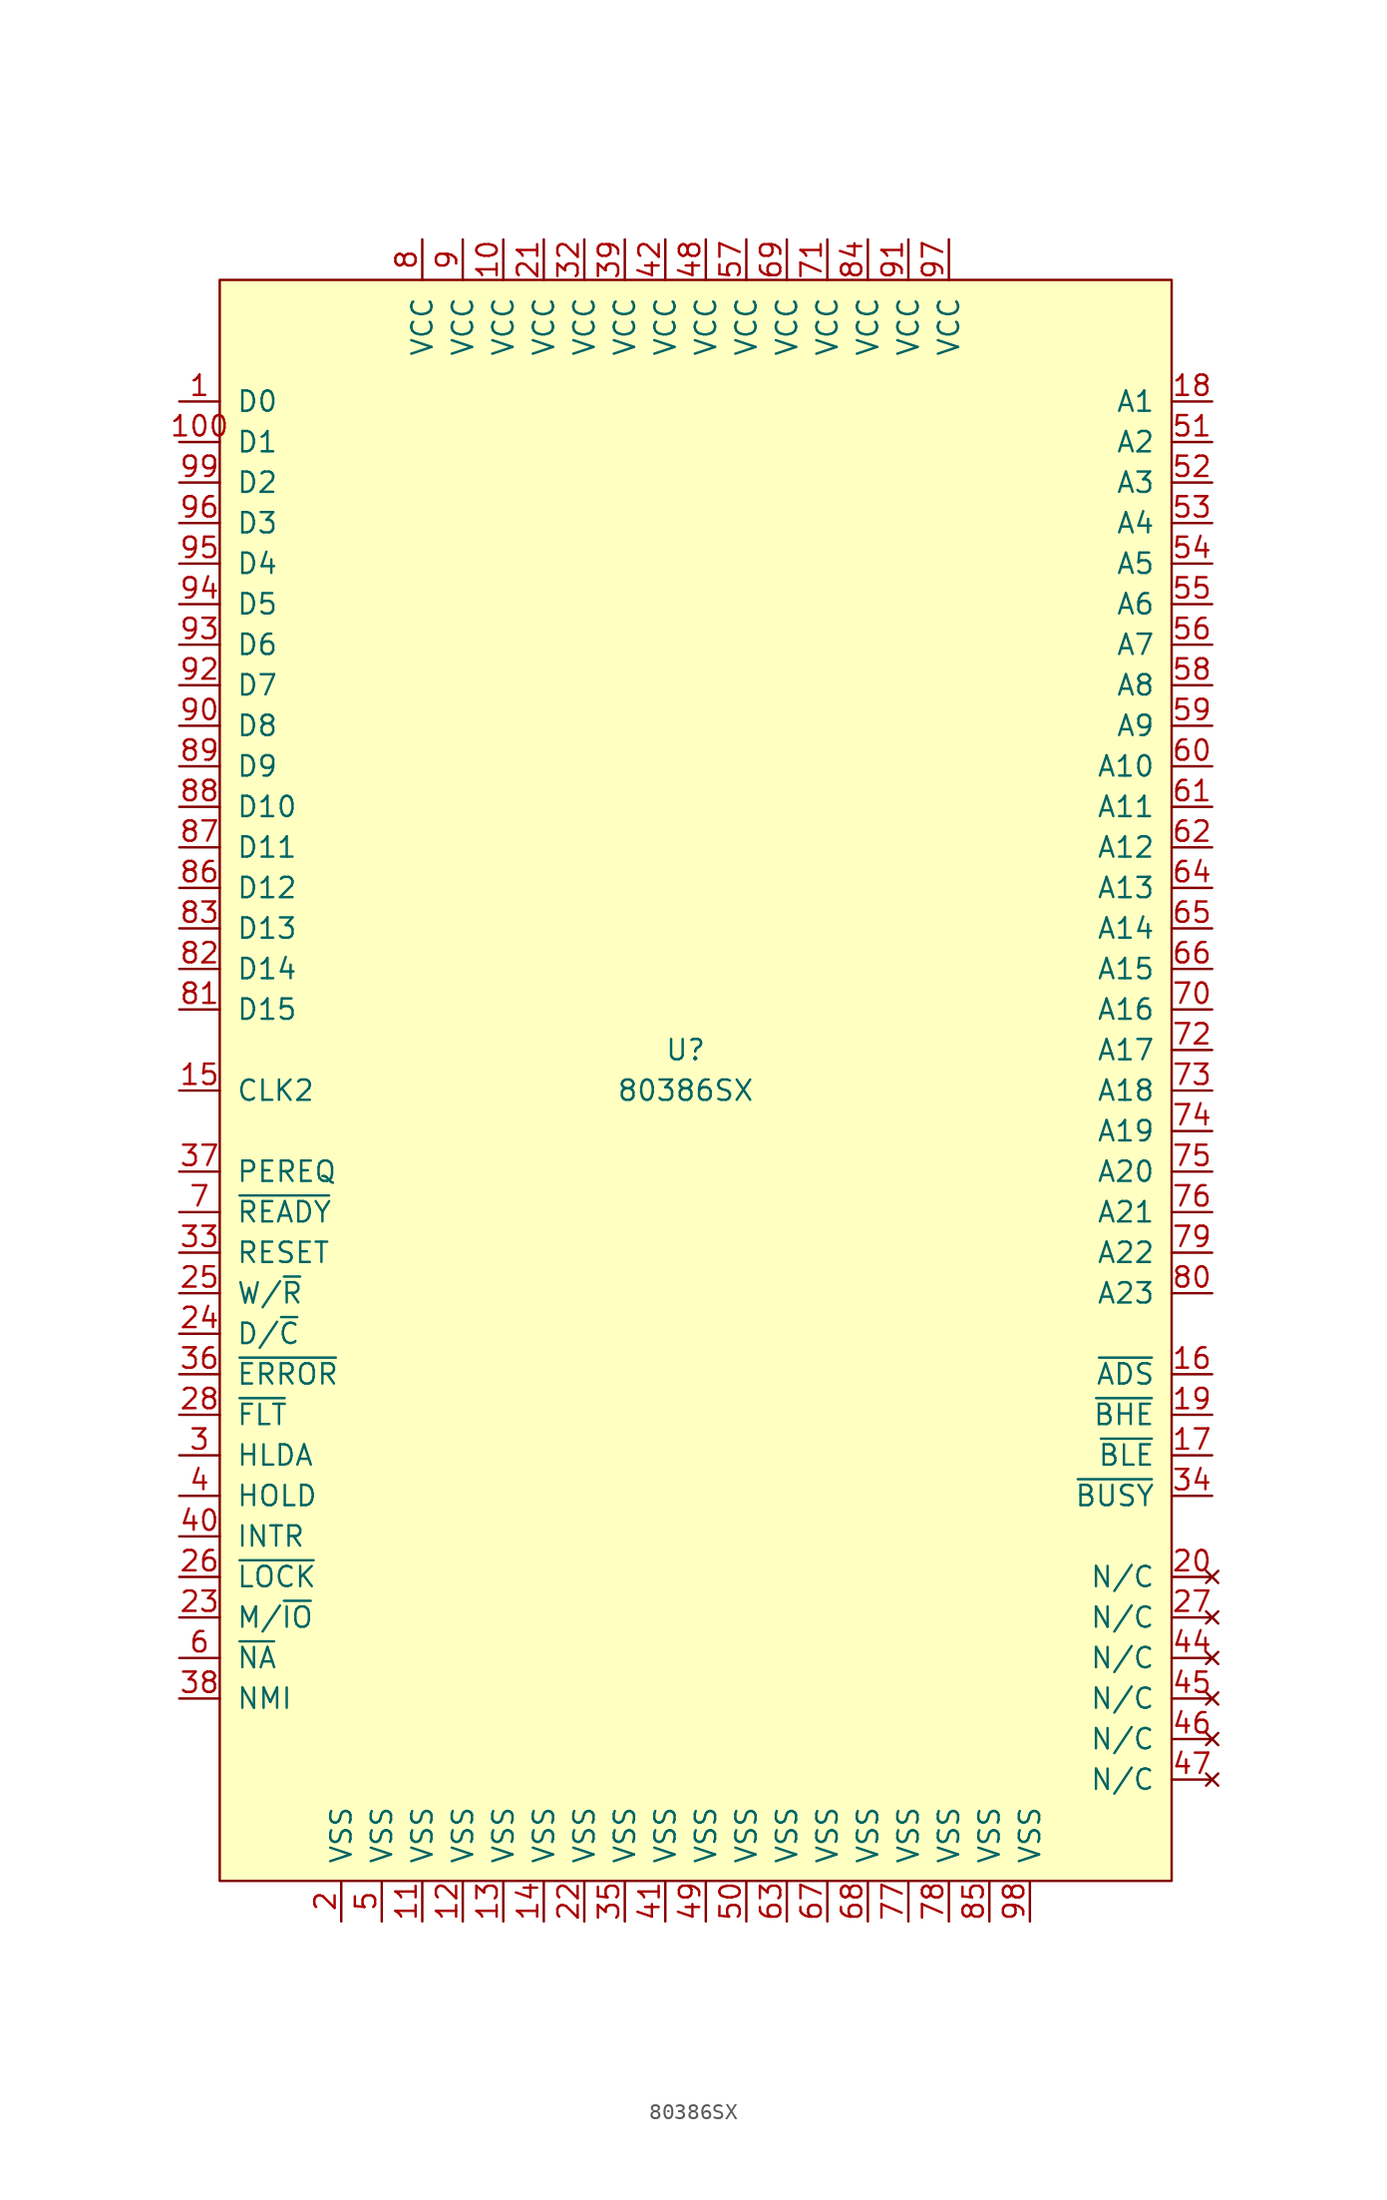
<source format=kicad_sym>
(kicad_symbol_lib
  (version 20220914)
  (generator kicad_symbol_editor)
  (symbol "80386SX"
    (pin_names
      (offset 1.016))
    (property "Reference" "U"
      (at 0 0 0)
      (effects (font (size 1.27 1.27))))
    (property "Value" "80386SX"
      (at 0 -2.54 0)
      (effects (font (size 1.27 1.27))))
    (symbol "80386SX_0_1"
      (rectangle (start -29.21 48.26) (end 30.48 -52.07) (stroke (width 0) (type solid)) (fill (type background))))
    (symbol "80386SX_1_1"
      (pin bidirectional line (at -31.75 40.64 0) (length 2.54) (name "D0" (effects (font (size 1.27 1.27)))) (number "1" (effects (font (size 1.27 1.27)))))
      (pin power_in line (at -11.43 50.8 270) (length 2.54) (name "VCC" (effects (font (size 1.27 1.27)))) (number "10" (effects (font (size 1.27 1.27)))))
      (pin bidirectional line (at -31.75 38.1 0) (length 2.54) (name "D1" (effects (font (size 1.27 1.27)))) (number "100" (effects (font (size 1.27 1.27)))))
      (pin power_in line (at -16.51 -54.61 90) (length 2.54) (name "VSS" (effects (font (size 1.27 1.27)))) (number "11" (effects (font (size 1.27 1.27)))))
      (pin power_in line (at -13.97 -54.61 90) (length 2.54) (name "VSS" (effects (font (size 1.27 1.27)))) (number "12" (effects (font (size 1.27 1.27)))))
      (pin power_in line (at -11.43 -54.61 90) (length 2.54) (name "VSS" (effects (font (size 1.27 1.27)))) (number "13" (effects (font (size 1.27 1.27)))))
      (pin power_in line (at -8.89 -54.61 90) (length 2.54) (name "VSS" (effects (font (size 1.27 1.27)))) (number "14" (effects (font (size 1.27 1.27)))))
      (pin input line (at -31.75 -2.54 0) (length 2.54) (name "CLK2" (effects (font (size 1.27 1.27)))) (number "15" (effects (font (size 1.27 1.27)))))
      (pin output line (at 33.02 -20.32 180) (length 2.54) (name "~{ADS}" (effects (font (size 1.27 1.27)))) (number "16" (effects (font (size 1.27 1.27)))))
      (pin output line (at 33.02 -25.4 180) (length 2.54) (name "~{BLE}" (effects (font (size 1.27 1.27)))) (number "17" (effects (font (size 1.27 1.27)))))
      (pin output line (at 33.02 40.64 180) (length 2.54) (name "A1" (effects (font (size 1.27 1.27)))) (number "18" (effects (font (size 1.27 1.27)))))
      (pin output line (at 33.02 -22.86 180) (length 2.54) (name "~{BHE}" (effects (font (size 1.27 1.27)))) (number "19" (effects (font (size 1.27 1.27)))))
      (pin power_in line (at -21.59 -54.61 90) (length 2.54) (name "VSS" (effects (font (size 1.27 1.27)))) (number "2" (effects (font (size 1.27 1.27)))))
      (pin no_connect line (at 33.02 -33.02 180) (length 2.54) (name "N/C" (effects (font (size 1.27 1.27)))) (number "20" (effects (font (size 1.27 1.27)))))
      (pin power_in line (at -8.89 50.8 270) (length 2.54) (name "VCC" (effects (font (size 1.27 1.27)))) (number "21" (effects (font (size 1.27 1.27)))))
      (pin power_in line (at -6.35 -54.61 90) (length 2.54) (name "VSS" (effects (font (size 1.27 1.27)))) (number "22" (effects (font (size 1.27 1.27)))))
      (pin output line (at -31.75 -35.56 0) (length 2.54) (name "M/~{IO}" (effects (font (size 1.27 1.27)))) (number "23" (effects (font (size 1.27 1.27)))))
      (pin output line (at -31.75 -17.78 0) (length 2.54) (name "D/~{C}" (effects (font (size 1.27 1.27)))) (number "24" (effects (font (size 1.27 1.27)))))
      (pin output line (at -31.75 -15.24 0) (length 2.54) (name "W/~{R}" (effects (font (size 1.27 1.27)))) (number "25" (effects (font (size 1.27 1.27)))))
      (pin output line (at -31.75 -33.02 0) (length 2.54) (name "~{LOCK}" (effects (font (size 1.27 1.27)))) (number "26" (effects (font (size 1.27 1.27)))))
      (pin no_connect line (at 33.02 -35.56 180) (length 2.54) (name "N/C" (effects (font (size 1.27 1.27)))) (number "27" (effects (font (size 1.27 1.27)))))
      (pin passive line (at -31.75 -22.86 0) (length 2.54) (name "~{FLT}" (effects (font (size 1.27 1.27)))) (number "28" (effects (font (size 1.27 1.27)))))
      (pin output line (at -31.75 -25.4 0) (length 2.54) (name "HLDA" (effects (font (size 1.27 1.27)))) (number "3" (effects (font (size 1.27 1.27)))))
      (pin power_in line (at -6.35 50.8 270) (length 2.54) (name "VCC" (effects (font (size 1.27 1.27)))) (number "32" (effects (font (size 1.27 1.27)))))
      (pin output line (at -31.75 -12.7 0) (length 2.54) (name "RESET" (effects (font (size 1.27 1.27)))) (number "33" (effects (font (size 1.27 1.27)))))
      (pin passive line (at 33.02 -27.94 180) (length 2.54) (name "~{BUSY}" (effects (font (size 1.27 1.27)))) (number "34" (effects (font (size 1.27 1.27)))))
      (pin power_in line (at -3.81 -54.61 90) (length 2.54) (name "VSS" (effects (font (size 1.27 1.27)))) (number "35" (effects (font (size 1.27 1.27)))))
      (pin passive line (at -31.75 -20.32 0) (length 2.54) (name "~{ERROR}" (effects (font (size 1.27 1.27)))) (number "36" (effects (font (size 1.27 1.27)))))
      (pin input line (at -31.75 -7.62 0) (length 2.54) (name "PEREQ" (effects (font (size 1.27 1.27)))) (number "37" (effects (font (size 1.27 1.27)))))
      (pin input line (at -31.75 -40.64 0) (length 2.54) (name "NMI" (effects (font (size 1.27 1.27)))) (number "38" (effects (font (size 1.27 1.27)))))
      (pin power_in line (at -3.81 50.8 270) (length 2.54) (name "VCC" (effects (font (size 1.27 1.27)))) (number "39" (effects (font (size 1.27 1.27)))))
      (pin input line (at -31.75 -27.94 0) (length 2.54) (name "HOLD" (effects (font (size 1.27 1.27)))) (number "4" (effects (font (size 1.27 1.27)))))
      (pin input line (at -31.75 -30.48 0) (length 2.54) (name "INTR" (effects (font (size 1.27 1.27)))) (number "40" (effects (font (size 1.27 1.27)))))
      (pin power_in line (at -1.27 -54.61 90) (length 2.54) (name "VSS" (effects (font (size 1.27 1.27)))) (number "41" (effects (font (size 1.27 1.27)))))
      (pin power_in line (at -1.27 50.8 270) (length 2.54) (name "VCC" (effects (font (size 1.27 1.27)))) (number "42" (effects (font (size 1.27 1.27)))))
      (pin no_connect line (at 33.02 -38.1 180) (length 2.54) (name "N/C" (effects (font (size 1.27 1.27)))) (number "44" (effects (font (size 1.27 1.27)))))
      (pin no_connect line (at 33.02 -40.64 180) (length 2.54) (name "N/C" (effects (font (size 1.27 1.27)))) (number "45" (effects (font (size 1.27 1.27)))))
      (pin no_connect line (at 33.02 -43.18 180) (length 2.54) (name "N/C" (effects (font (size 1.27 1.27)))) (number "46" (effects (font (size 1.27 1.27)))))
      (pin no_connect line (at 33.02 -45.72 180) (length 2.54) (name "N/C" (effects (font (size 1.27 1.27)))) (number "47" (effects (font (size 1.27 1.27)))))
      (pin power_in line (at 1.27 50.8 270) (length 2.54) (name "VCC" (effects (font (size 1.27 1.27)))) (number "48" (effects (font (size 1.27 1.27)))))
      (pin power_in line (at 1.27 -54.61 90) (length 2.54) (name "VSS" (effects (font (size 1.27 1.27)))) (number "49" (effects (font (size 1.27 1.27)))))
      (pin power_in line (at -19.05 -54.61 90) (length 2.54) (name "VSS" (effects (font (size 1.27 1.27)))) (number "5" (effects (font (size 1.27 1.27)))))
      (pin power_in line (at 3.81 -54.61 90) (length 2.54) (name "VSS" (effects (font (size 1.27 1.27)))) (number "50" (effects (font (size 1.27 1.27)))))
      (pin output line (at 33.02 38.1 180) (length 2.54) (name "A2" (effects (font (size 1.27 1.27)))) (number "51" (effects (font (size 1.27 1.27)))))
      (pin output line (at 33.02 35.56 180) (length 2.54) (name "A3" (effects (font (size 1.27 1.27)))) (number "52" (effects (font (size 1.27 1.27)))))
      (pin output line (at 33.02 33.02 180) (length 2.54) (name "A4" (effects (font (size 1.27 1.27)))) (number "53" (effects (font (size 1.27 1.27)))))
      (pin output line (at 33.02 30.48 180) (length 2.54) (name "A5" (effects (font (size 1.27 1.27)))) (number "54" (effects (font (size 1.27 1.27)))))
      (pin output line (at 33.02 27.94 180) (length 2.54) (name "A6" (effects (font (size 1.27 1.27)))) (number "55" (effects (font (size 1.27 1.27)))))
      (pin output line (at 33.02 25.4 180) (length 2.54) (name "A7" (effects (font (size 1.27 1.27)))) (number "56" (effects (font (size 1.27 1.27)))))
      (pin power_in line (at 3.81 50.8 270) (length 2.54) (name "VCC" (effects (font (size 1.27 1.27)))) (number "57" (effects (font (size 1.27 1.27)))))
      (pin output line (at 33.02 22.86 180) (length 2.54) (name "A8" (effects (font (size 1.27 1.27)))) (number "58" (effects (font (size 1.27 1.27)))))
      (pin output line (at 33.02 20.32 180) (length 2.54) (name "A9" (effects (font (size 1.27 1.27)))) (number "59" (effects (font (size 1.27 1.27)))))
      (pin input line (at -31.75 -38.1 0) (length 2.54) (name "~{NA}" (effects (font (size 1.27 1.27)))) (number "6" (effects (font (size 1.27 1.27)))))
      (pin output line (at 33.02 17.78 180) (length 2.54) (name "A10" (effects (font (size 1.27 1.27)))) (number "60" (effects (font (size 1.27 1.27)))))
      (pin output line (at 33.02 15.24 180) (length 2.54) (name "A11" (effects (font (size 1.27 1.27)))) (number "61" (effects (font (size 1.27 1.27)))))
      (pin output line (at 33.02 12.7 180) (length 2.54) (name "A12" (effects (font (size 1.27 1.27)))) (number "62" (effects (font (size 1.27 1.27)))))
      (pin power_in line (at 6.35 -54.61 90) (length 2.54) (name "VSS" (effects (font (size 1.27 1.27)))) (number "63" (effects (font (size 1.27 1.27)))))
      (pin output line (at 33.02 10.16 180) (length 2.54) (name "A13" (effects (font (size 1.27 1.27)))) (number "64" (effects (font (size 1.27 1.27)))))
      (pin output line (at 33.02 7.62 180) (length 2.54) (name "A14" (effects (font (size 1.27 1.27)))) (number "65" (effects (font (size 1.27 1.27)))))
      (pin output line (at 33.02 5.08 180) (length 2.54) (name "A15" (effects (font (size 1.27 1.27)))) (number "66" (effects (font (size 1.27 1.27)))))
      (pin power_in line (at 8.89 -54.61 90) (length 2.54) (name "VSS" (effects (font (size 1.27 1.27)))) (number "67" (effects (font (size 1.27 1.27)))))
      (pin power_in line (at 11.43 -54.61 90) (length 2.54) (name "VSS" (effects (font (size 1.27 1.27)))) (number "68" (effects (font (size 1.27 1.27)))))
      (pin power_in line (at 6.35 50.8 270) (length 2.54) (name "VCC" (effects (font (size 1.27 1.27)))) (number "69" (effects (font (size 1.27 1.27)))))
      (pin output line (at -31.75 -10.16 0) (length 2.54) (name "~{READY}" (effects (font (size 1.27 1.27)))) (number "7" (effects (font (size 1.27 1.27)))))
      (pin output line (at 33.02 2.54 180) (length 2.54) (name "A16" (effects (font (size 1.27 1.27)))) (number "70" (effects (font (size 1.27 1.27)))))
      (pin power_in line (at 8.89 50.8 270) (length 2.54) (name "VCC" (effects (font (size 1.27 1.27)))) (number "71" (effects (font (size 1.27 1.27)))))
      (pin output line (at 33.02 0 180) (length 2.54) (name "A17" (effects (font (size 1.27 1.27)))) (number "72" (effects (font (size 1.27 1.27)))))
      (pin output line (at 33.02 -2.54 180) (length 2.54) (name "A18" (effects (font (size 1.27 1.27)))) (number "73" (effects (font (size 1.27 1.27)))))
      (pin output line (at 33.02 -5.08 180) (length 2.54) (name "A19" (effects (font (size 1.27 1.27)))) (number "74" (effects (font (size 1.27 1.27)))))
      (pin output line (at 33.02 -7.62 180) (length 2.54) (name "A20" (effects (font (size 1.27 1.27)))) (number "75" (effects (font (size 1.27 1.27)))))
      (pin output line (at 33.02 -10.16 180) (length 2.54) (name "A21" (effects (font (size 1.27 1.27)))) (number "76" (effects (font (size 1.27 1.27)))))
      (pin power_in line (at 13.97 -54.61 90) (length 2.54) (name "VSS" (effects (font (size 1.27 1.27)))) (number "77" (effects (font (size 1.27 1.27)))))
      (pin power_in line (at 16.51 -54.61 90) (length 2.54) (name "VSS" (effects (font (size 1.27 1.27)))) (number "78" (effects (font (size 1.27 1.27)))))
      (pin output line (at 33.02 -12.7 180) (length 2.54) (name "A22" (effects (font (size 1.27 1.27)))) (number "79" (effects (font (size 1.27 1.27)))))
      (pin power_in line (at -16.51 50.8 270) (length 2.54) (name "VCC" (effects (font (size 1.27 1.27)))) (number "8" (effects (font (size 1.27 1.27)))))
      (pin output line (at 33.02 -15.24 180) (length 2.54) (name "A23" (effects (font (size 1.27 1.27)))) (number "80" (effects (font (size 1.27 1.27)))))
      (pin bidirectional line (at -31.75 2.54 0) (length 2.54) (name "D15" (effects (font (size 1.27 1.27)))) (number "81" (effects (font (size 1.27 1.27)))))
      (pin bidirectional line (at -31.75 5.08 0) (length 2.54) (name "D14" (effects (font (size 1.27 1.27)))) (number "82" (effects (font (size 1.27 1.27)))))
      (pin bidirectional line (at -31.75 7.62 0) (length 2.54) (name "D13" (effects (font (size 1.27 1.27)))) (number "83" (effects (font (size 1.27 1.27)))))
      (pin power_in line (at 11.43 50.8 270) (length 2.54) (name "VCC" (effects (font (size 1.27 1.27)))) (number "84" (effects (font (size 1.27 1.27)))))
      (pin power_in line (at 19.05 -54.61 90) (length 2.54) (name "VSS" (effects (font (size 1.27 1.27)))) (number "85" (effects (font (size 1.27 1.27)))))
      (pin bidirectional line (at -31.75 10.16 0) (length 2.54) (name "D12" (effects (font (size 1.27 1.27)))) (number "86" (effects (font (size 1.27 1.27)))))
      (pin bidirectional line (at -31.75 12.7 0) (length 2.54) (name "D11" (effects (font (size 1.27 1.27)))) (number "87" (effects (font (size 1.27 1.27)))))
      (pin bidirectional line (at -31.75 15.24 0) (length 2.54) (name "D10" (effects (font (size 1.27 1.27)))) (number "88" (effects (font (size 1.27 1.27)))))
      (pin bidirectional line (at -31.75 17.78 0) (length 2.54) (name "D9" (effects (font (size 1.27 1.27)))) (number "89" (effects (font (size 1.27 1.27)))))
      (pin power_in line (at -13.97 50.8 270) (length 2.54) (name "VCC" (effects (font (size 1.27 1.27)))) (number "9" (effects (font (size 1.27 1.27)))))
      (pin bidirectional line (at -31.75 20.32 0) (length 2.54) (name "D8" (effects (font (size 1.27 1.27)))) (number "90" (effects (font (size 1.27 1.27)))))
      (pin power_in line (at 13.97 50.8 270) (length 2.54) (name "VCC" (effects (font (size 1.27 1.27)))) (number "91" (effects (font (size 1.27 1.27)))))
      (pin bidirectional line (at -31.75 22.86 0) (length 2.54) (name "D7" (effects (font (size 1.27 1.27)))) (number "92" (effects (font (size 1.27 1.27)))))
      (pin bidirectional line (at -31.75 25.4 0) (length 2.54) (name "D6" (effects (font (size 1.27 1.27)))) (number "93" (effects (font (size 1.27 1.27)))))
      (pin bidirectional line (at -31.75 27.94 0) (length 2.54) (name "D5" (effects (font (size 1.27 1.27)))) (number "94" (effects (font (size 1.27 1.27)))))
      (pin bidirectional line (at -31.75 30.48 0) (length 2.54) (name "D4" (effects (font (size 1.27 1.27)))) (number "95" (effects (font (size 1.27 1.27)))))
      (pin bidirectional line (at -31.75 33.02 0) (length 2.54) (name "D3" (effects (font (size 1.27 1.27)))) (number "96" (effects (font (size 1.27 1.27)))))
      (pin power_in line (at 16.51 50.8 270) (length 2.54) (name "VCC" (effects (font (size 1.27 1.27)))) (number "97" (effects (font (size 1.27 1.27)))))
      (pin power_in line (at 21.59 -54.61 90) (length 2.54) (name "VSS" (effects (font (size 1.27 1.27)))) (number "98" (effects (font (size 1.27 1.27)))))
      (pin bidirectional line (at -31.75 35.56 0) (length 2.54) (name "D2" (effects (font (size 1.27 1.27)))) (number "99" (effects (font (size 1.27 1.27))))))))
</source>
